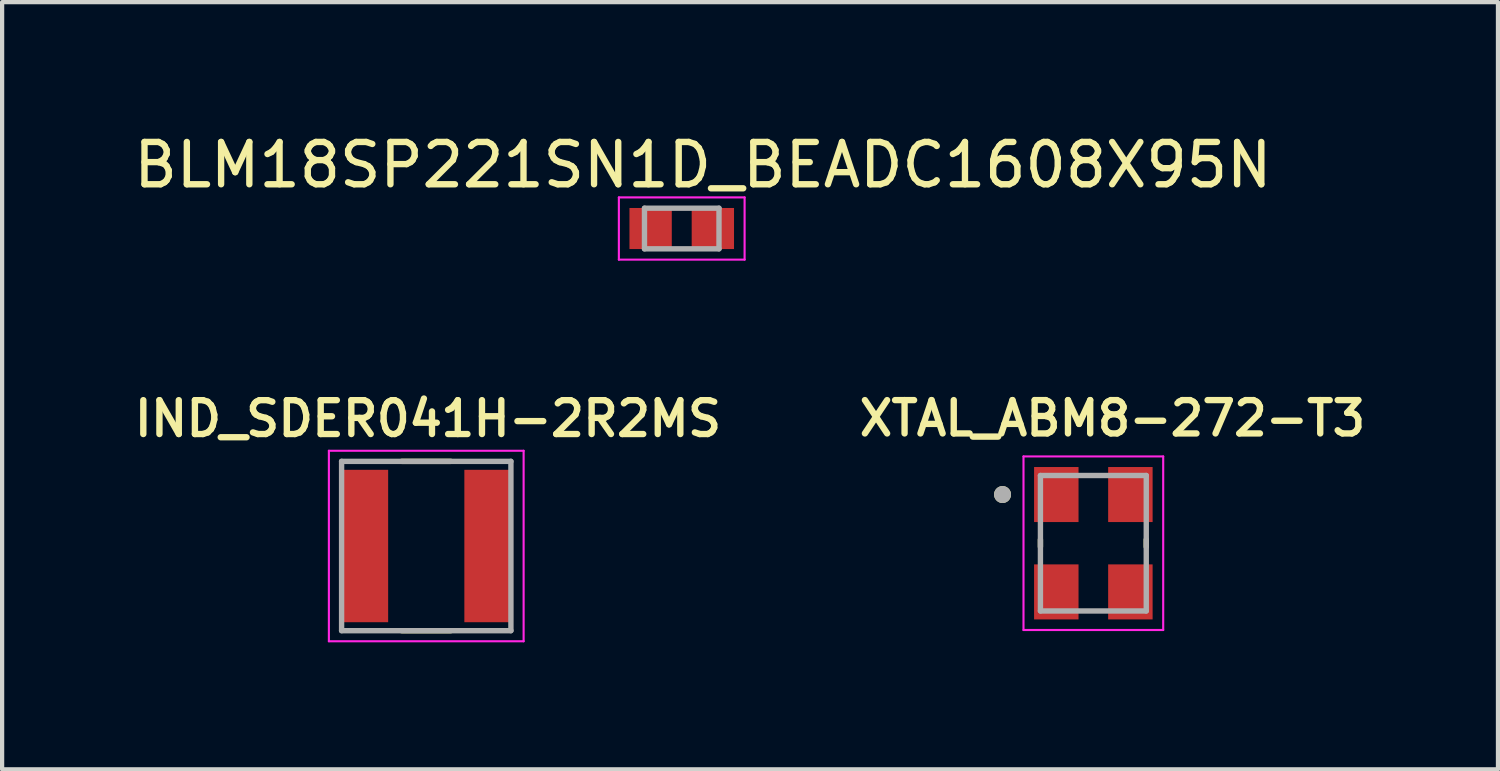
<source format=kicad_pcb>
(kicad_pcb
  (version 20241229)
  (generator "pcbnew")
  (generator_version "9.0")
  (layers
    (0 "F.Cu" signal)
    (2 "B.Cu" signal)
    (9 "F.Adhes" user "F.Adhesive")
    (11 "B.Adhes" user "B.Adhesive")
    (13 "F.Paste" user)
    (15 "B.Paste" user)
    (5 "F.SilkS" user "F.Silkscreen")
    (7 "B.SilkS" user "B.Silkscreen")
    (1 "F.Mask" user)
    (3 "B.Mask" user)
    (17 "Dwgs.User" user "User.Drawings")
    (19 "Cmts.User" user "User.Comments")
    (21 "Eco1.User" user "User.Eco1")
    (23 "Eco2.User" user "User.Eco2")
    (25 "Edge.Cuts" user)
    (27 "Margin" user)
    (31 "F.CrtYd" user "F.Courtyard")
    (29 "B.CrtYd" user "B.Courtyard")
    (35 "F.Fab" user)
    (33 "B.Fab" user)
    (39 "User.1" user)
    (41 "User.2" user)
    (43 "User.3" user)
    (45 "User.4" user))
  (footprint "BLM18SP221SN1D_BEADC1608X95N"
    (layer "F.Cu")
    (at 13.054 2.348)
    (property "Reference" "BLM18SP221SN1D_BEADC1608X95N" (at 0.5 -1.5 0) (layer "F.SilkS") (effects (font (size 1 1) (thickness 0.15))))
    (attr smd)
    (fp_line (start -1.485 -0.735) (end 1.485 -0.735) (stroke (width 0.05) (type solid)) (layer "F.CrtYd"))
    (fp_line (start -1.485 0.735) (end -1.485 -0.735) (stroke (width 0.05) (type solid)) (layer "F.CrtYd"))
    (fp_line (start -1.485 0.735) (end 1.485 0.735) (stroke (width 0.05) (type solid)) (layer "F.CrtYd"))
    (fp_line (start 1.485 0.735) (end 1.485 -0.735) (stroke (width 0.05) (type solid)) (layer "F.CrtYd"))
    (fp_line (start -0.88 0.48) (end -0.88 -0.48) (stroke (width 0.127) (type solid)) (layer "F.Fab"))
    (fp_line (start 0.88 -0.48) (end -0.88 -0.48) (stroke (width 0.127) (type solid)) (layer "F.Fab"))
    (fp_line (start 0.88 0.48) (end -0.88 0.48) (stroke (width 0.127) (type solid)) (layer "F.Fab"))
    (fp_line (start 0.88 0.48) (end 0.88 -0.48) (stroke (width 0.127) (type solid)) (layer "F.Fab"))
    (pad "1" smd rect (at -0.735 0) (size 1 0.97) (layers "F.Cu" "F.Mask" "F.Paste"))
    (pad "2" smd rect (at 0.735 0) (size 1 0.97) (layers "F.Cu" "F.Mask" "F.Paste")))
  (footprint "XTAL_ABM8-272-T3"
    (layer "F.Cu")
    (at 22.777 9.782)
    (property "Reference" "XTAL_ABM8-272-T3" (at 0.45 -2.95 0) (layer "F.SilkS") (effects (font (size 0.787 0.787) (thickness 0.15))))
    (attr smd)
    (fp_line (start -1.25 -0.085) (end -1.25 0.085) (stroke (width 0.127) (type solid)) (layer "F.SilkS"))
    (fp_line (start 1.25 -0.085) (end 1.25 0.085) (stroke (width 0.127) (type solid)) (layer "F.SilkS"))
    (fp_circle (center -2.145 -1.15) (end -2.045 -1.15) (stroke (width 0.2) (type solid)) (fill no) (layer "F.SilkS"))
    (fp_line (start -1.65 -2.05) (end -1.65 2.05) (stroke (width 0.05) (type solid)) (layer "F.CrtYd"))
    (fp_line (start -1.65 2.05) (end 1.65 2.05) (stroke (width 0.05) (type solid)) (layer "F.CrtYd"))
    (fp_line (start 1.65 -2.05) (end -1.65 -2.05) (stroke (width 0.05) (type solid)) (layer "F.CrtYd"))
    (fp_line (start 1.65 2.05) (end 1.65 -2.05) (stroke (width 0.05) (type solid)) (layer "F.CrtYd"))
    (fp_line (start -1.25 -1.6) (end -1.25 1.6) (stroke (width 0.127) (type solid)) (layer "F.Fab"))
    (fp_line (start -1.25 1.6) (end 1.25 1.6) (stroke (width 0.127) (type solid)) (layer "F.Fab"))
    (fp_line (start 1.25 -1.6) (end -1.25 -1.6) (stroke (width 0.127) (type solid)) (layer "F.Fab"))
    (fp_line (start 1.25 1.6) (end 1.25 -1.6) (stroke (width 0.127) (type solid)) (layer "F.Fab"))
    (fp_circle (center -2.145 -1.15) (end -2.045 -1.15) (stroke (width 0.2) (type solid)) (fill no) (layer "F.Fab"))
    (pad "1" smd rect (at -0.875 -1.15) (size 1.05 1.3) (layers "F.Cu" "F.Mask" "F.Paste"))
    (pad "2" smd rect (at -0.875 1.15) (size 1.05 1.3) (layers "F.Cu" "F.Mask" "F.Paste"))
    (pad "3" smd rect (at 0.875 1.15) (size 1.05 1.3) (layers "F.Cu" "F.Mask" "F.Paste"))
    (pad "4" smd rect (at 0.875 -1.15) (size 1.05 1.3) (layers "F.Cu" "F.Mask" "F.Paste")))
  (footprint "IND_SDER041H-2R2MS"
    (layer "F.Cu")
    (at 7.019 9.848)
    (property "Reference" "IND_SDER041H-2R2MS" (at 0.04 -3.008 0) (layer "F.SilkS") (effects (font (size 0.8 0.8) (thickness 0.15))))
    (attr smd)
    (fp_line (start -0.58 -2) (end 0.58 -2) (stroke (width 0.127) (type solid)) (layer "F.SilkS"))
    (fp_line (start -0.58 2) (end 0.58 2) (stroke (width 0.127) (type solid)) (layer "F.SilkS"))
    (fp_line (start -2.3 -2.25) (end -2.3 2.25) (stroke (width 0.05) (type solid)) (layer "F.CrtYd"))
    (fp_line (start -2.3 2.25) (end 2.3 2.25) (stroke (width 0.05) (type solid)) (layer "F.CrtYd"))
    (fp_line (start 2.3 -2.25) (end -2.3 -2.25) (stroke (width 0.05) (type solid)) (layer "F.CrtYd"))
    (fp_line (start 2.3 2.25) (end 2.3 -2.25) (stroke (width 0.05) (type solid)) (layer "F.CrtYd"))
    (fp_line (start -2 -2) (end 2 -2) (stroke (width 0.127) (type solid)) (layer "F.Fab"))
    (fp_line (start -2 2) (end -2 -2) (stroke (width 0.127) (type solid)) (layer "F.Fab"))
    (fp_line (start 2 -2) (end 2 2) (stroke (width 0.127) (type solid)) (layer "F.Fab"))
    (fp_line (start 2 2) (end -2 2) (stroke (width 0.127) (type solid)) (layer "F.Fab"))
    (pad "1" smd rect (at -1.475 0) (size 1.15 3.6) (layers "F.Cu" "F.Mask" "F.Paste"))
    (pad "2" smd rect (at 1.475 0) (size 1.15 3.6) (layers "F.Cu" "F.Mask" "F.Paste")))
  (gr_rect
    (start -3 -3)
    (end 32.335 15.123)
    (stroke (width 0.1) (type default))
    (fill no)
    (layer "Edge.Cuts")))
</source>
